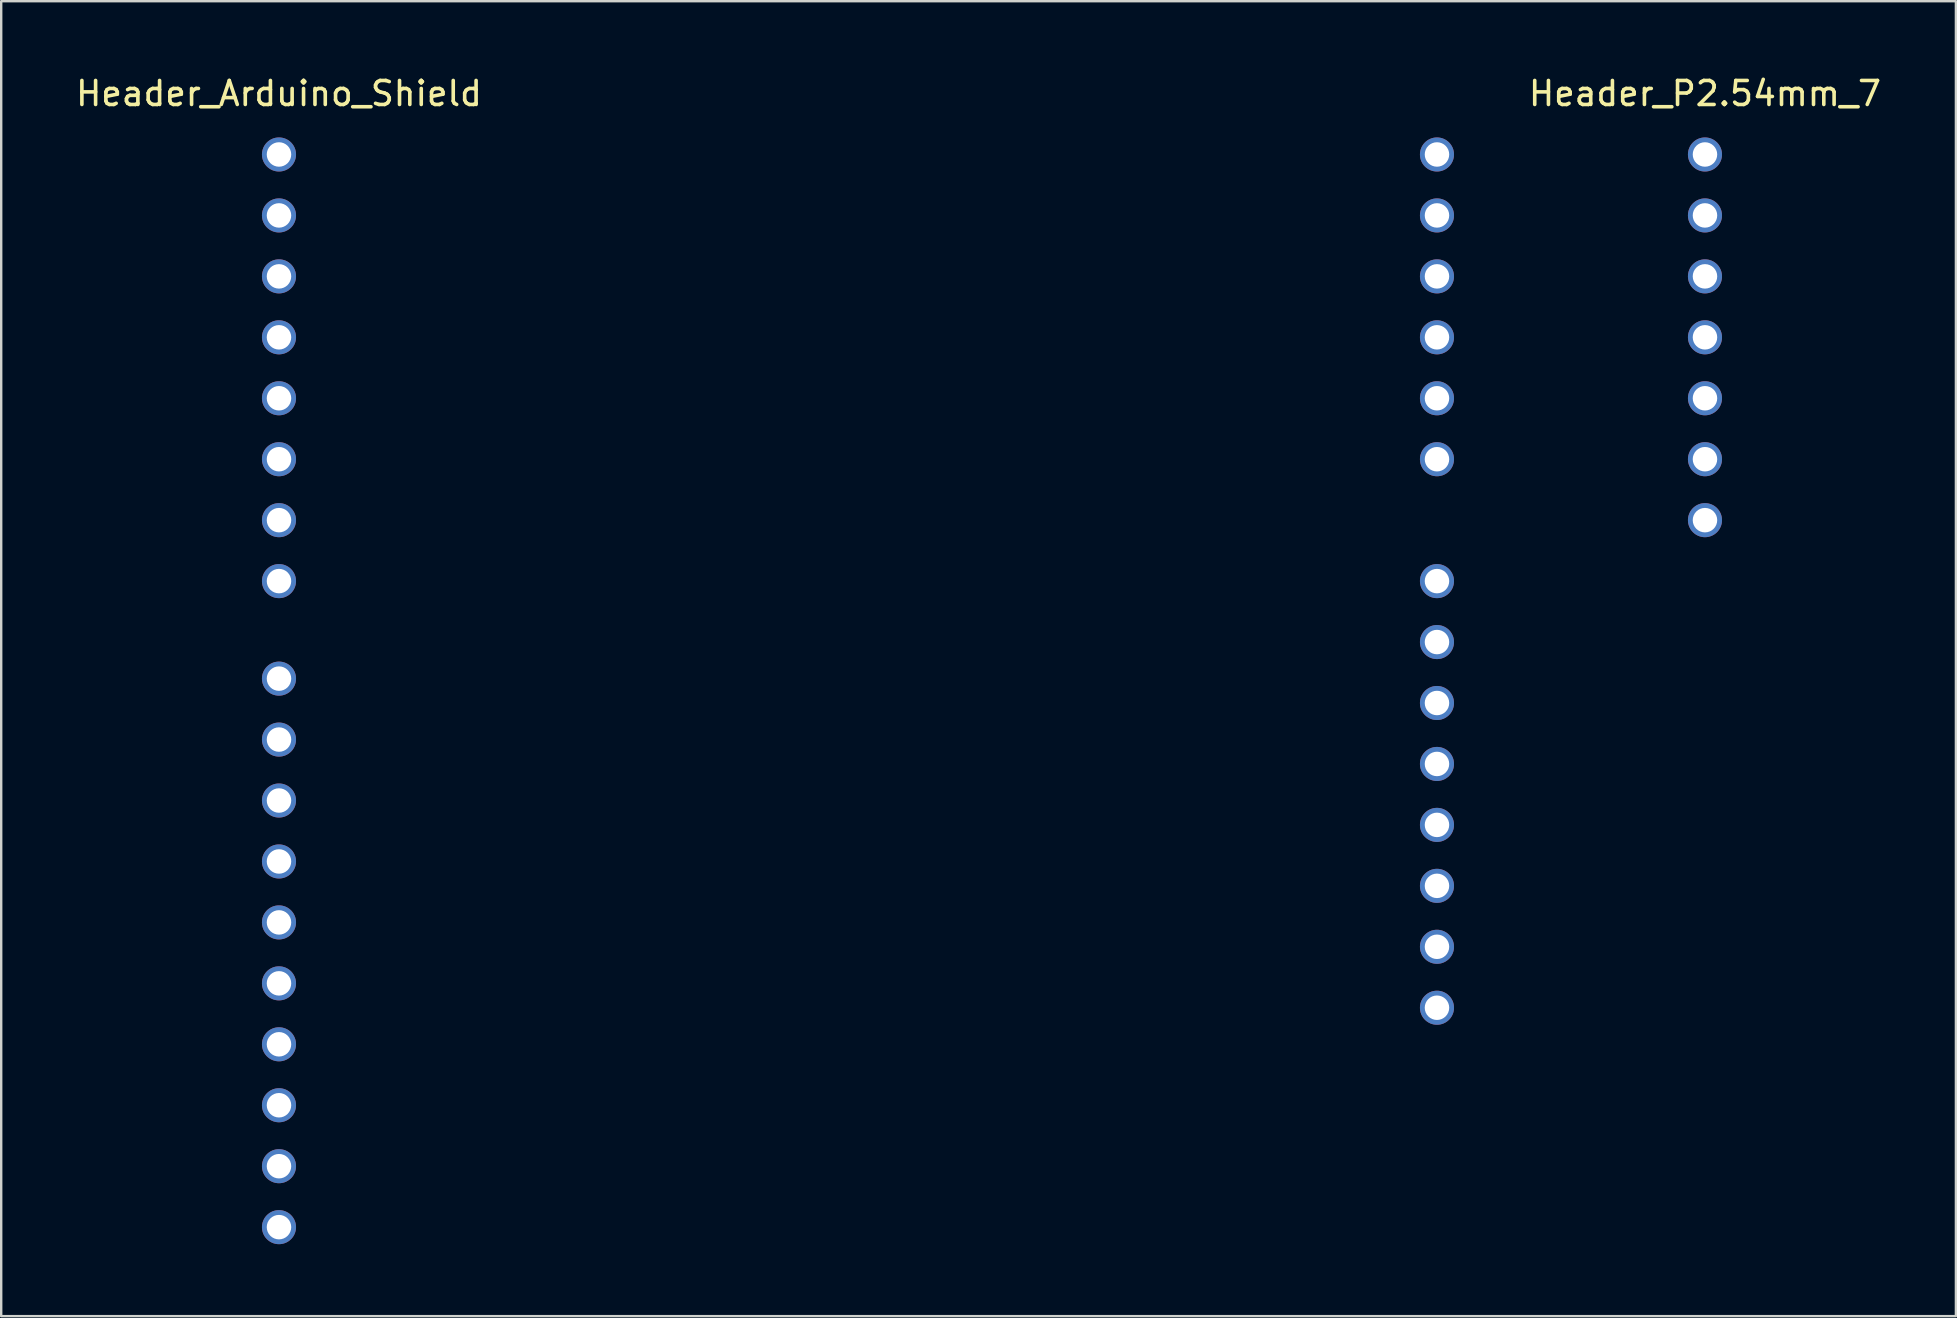
<source format=kicad_pcb>
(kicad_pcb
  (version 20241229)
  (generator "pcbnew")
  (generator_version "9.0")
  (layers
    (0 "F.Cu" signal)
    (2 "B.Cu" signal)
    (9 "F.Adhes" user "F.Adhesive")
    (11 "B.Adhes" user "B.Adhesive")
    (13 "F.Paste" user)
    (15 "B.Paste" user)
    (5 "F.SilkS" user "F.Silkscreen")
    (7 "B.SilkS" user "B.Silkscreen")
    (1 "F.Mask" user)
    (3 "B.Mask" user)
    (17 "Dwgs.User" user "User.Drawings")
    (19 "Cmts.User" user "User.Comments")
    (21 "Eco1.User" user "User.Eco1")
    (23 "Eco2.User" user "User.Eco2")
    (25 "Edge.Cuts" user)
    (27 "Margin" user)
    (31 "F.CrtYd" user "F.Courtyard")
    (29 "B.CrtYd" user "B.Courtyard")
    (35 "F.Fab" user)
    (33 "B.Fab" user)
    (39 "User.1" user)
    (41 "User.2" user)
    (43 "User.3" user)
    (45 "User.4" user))
  (footprint "Header_P2.54mm_7"
    (layer "F.Cu")
    (at 68.006 3.388)
    (property "Reference" "Header_P2.54mm_7" (at 0 -2.54 0) (layer "F.SilkS") (effects (font (size 1 1) (thickness 0.15))))
    (attr through_hole)
    (pad "1" thru_hole circle (at 0 0) (size 1.42 1.42) (drill 1.02) (layers "*.Cu" "*.Mask"))
    (pad "2" thru_hole circle (at 0 2.54) (size 1.42 1.42) (drill 1.02) (layers "*.Cu" "*.Mask"))
    (pad "3" thru_hole circle (at 0 5.08) (size 1.42 1.42) (drill 1.02) (layers "*.Cu" "*.Mask"))
    (pad "4" thru_hole circle (at 0 7.62) (size 1.42 1.42) (drill 1.02) (layers "*.Cu" "*.Mask"))
    (pad "5" thru_hole circle (at 0 10.16) (size 1.42 1.42) (drill 1.02) (layers "*.Cu" "*.Mask"))
    (pad "6" thru_hole circle (at 0 12.7) (size 1.42 1.42) (drill 1.02) (layers "*.Cu" "*.Mask"))
    (pad "7" thru_hole circle (at 0 15.24) (size 1.42 1.42) (drill 1.02) (layers "*.Cu" "*.Mask")))
  (footprint "Header_Arduino_Shield"
    (layer "F.Cu")
    (at 8.577 3.388)
    (property "Reference" "Header_Arduino_Shield" (at 0 -2.54 0) (layer "F.SilkS") (effects (font (size 1 1) (thickness 0.15))))
    (attr through_hole)
    (pad "1" thru_hole circle (at 0 0) (size 1.42 1.42) (drill 1.02) (layers "*.Cu" "*.Mask"))
    (pad "2" thru_hole circle (at 0 2.54) (size 1.42 1.42) (drill 1.02) (layers "*.Cu" "*.Mask"))
    (pad "3" thru_hole circle (at 0 5.08) (size 1.42 1.42) (drill 1.02) (layers "*.Cu" "*.Mask"))
    (pad "4" thru_hole circle (at 0 7.62) (size 1.42 1.42) (drill 1.02) (layers "*.Cu" "*.Mask"))
    (pad "5" thru_hole circle (at 0 10.16) (size 1.42 1.42) (drill 1.02) (layers "*.Cu" "*.Mask"))
    (pad "6" thru_hole circle (at 0 12.7) (size 1.42 1.42) (drill 1.02) (layers "*.Cu" "*.Mask"))
    (pad "7" thru_hole circle (at 0 15.24) (size 1.42 1.42) (drill 1.02) (layers "*.Cu" "*.Mask"))
    (pad "8" thru_hole circle (at 0 17.78) (size 1.42 1.42) (drill 1.02) (layers "*.Cu" "*.Mask"))
    (pad "9" thru_hole circle (at 0 21.844) (size 1.42 1.42) (drill 1.02) (layers "*.Cu" "*.Mask"))
    (pad "10" thru_hole circle (at 0 24.384) (size 1.42 1.42) (drill 1.02) (layers "*.Cu" "*.Mask"))
    (pad "11" thru_hole circle (at 0 26.924) (size 1.42 1.42) (drill 1.02) (layers "*.Cu" "*.Mask"))
    (pad "12" thru_hole circle (at 0 29.464) (size 1.42 1.42) (drill 1.02) (layers "*.Cu" "*.Mask"))
    (pad "13" thru_hole circle (at 0 32.004) (size 1.42 1.42) (drill 1.02) (layers "*.Cu" "*.Mask"))
    (pad "14" thru_hole circle (at 0 34.544) (size 1.42 1.42) (drill 1.02) (layers "*.Cu" "*.Mask"))
    (pad "15" thru_hole circle (at 0 37.084) (size 1.42 1.42) (drill 1.02) (layers "*.Cu" "*.Mask"))
    (pad "16" thru_hole circle (at 0 39.624) (size 1.42 1.42) (drill 1.02) (layers "*.Cu" "*.Mask"))
    (pad "17" thru_hole circle (at 0 42.164) (size 1.42 1.42) (drill 1.02) (layers "*.Cu" "*.Mask"))
    (pad "18" thru_hole circle (at 0 44.704) (size 1.42 1.42) (drill 1.02) (layers "*.Cu" "*.Mask"))
    (pad "19" thru_hole circle (at 48.26 0) (size 1.42 1.42) (drill 1.02) (layers "*.Cu" "*.Mask"))
    (pad "20" thru_hole circle (at 48.26 2.54) (size 1.42 1.42) (drill 1.02) (layers "*.Cu" "*.Mask"))
    (pad "21" thru_hole circle (at 48.26 5.08) (size 1.42 1.42) (drill 1.02) (layers "*.Cu" "*.Mask"))
    (pad "22" thru_hole circle (at 48.26 7.62) (size 1.42 1.42) (drill 1.02) (layers "*.Cu" "*.Mask"))
    (pad "23" thru_hole circle (at 48.26 10.16) (size 1.42 1.42) (drill 1.02) (layers "*.Cu" "*.Mask"))
    (pad "24" thru_hole circle (at 48.26 12.7) (size 1.42 1.42) (drill 1.02) (layers "*.Cu" "*.Mask"))
    (pad "25" thru_hole circle (at 48.26 17.78) (size 1.42 1.42) (drill 1.02) (layers "*.Cu" "*.Mask"))
    (pad "26" thru_hole circle (at 48.26 20.32) (size 1.42 1.42) (drill 1.02) (layers "*.Cu" "*.Mask"))
    (pad "27" thru_hole circle (at 48.26 22.86) (size 1.42 1.42) (drill 1.02) (layers "*.Cu" "*.Mask"))
    (pad "28" thru_hole circle (at 48.26 25.4) (size 1.42 1.42) (drill 1.02) (layers "*.Cu" "*.Mask"))
    (pad "29" thru_hole circle (at 48.26 27.94) (size 1.42 1.42) (drill 1.02) (layers "*.Cu" "*.Mask"))
    (pad "30" thru_hole circle (at 48.26 30.48) (size 1.42 1.42) (drill 1.02) (layers "*.Cu" "*.Mask"))
    (pad "31" thru_hole circle (at 48.26 33.02) (size 1.42 1.42) (drill 1.02) (layers "*.Cu" "*.Mask"))
    (pad "32" thru_hole circle (at 48.26 35.56) (size 1.42 1.42) (drill 1.02) (layers "*.Cu" "*.Mask")))
  (gr_rect
    (start -3 -3)
    (end 78.464 51.802)
    (stroke (width 0.1) (type default))
    (fill no)
    (layer "Edge.Cuts")))
</source>
